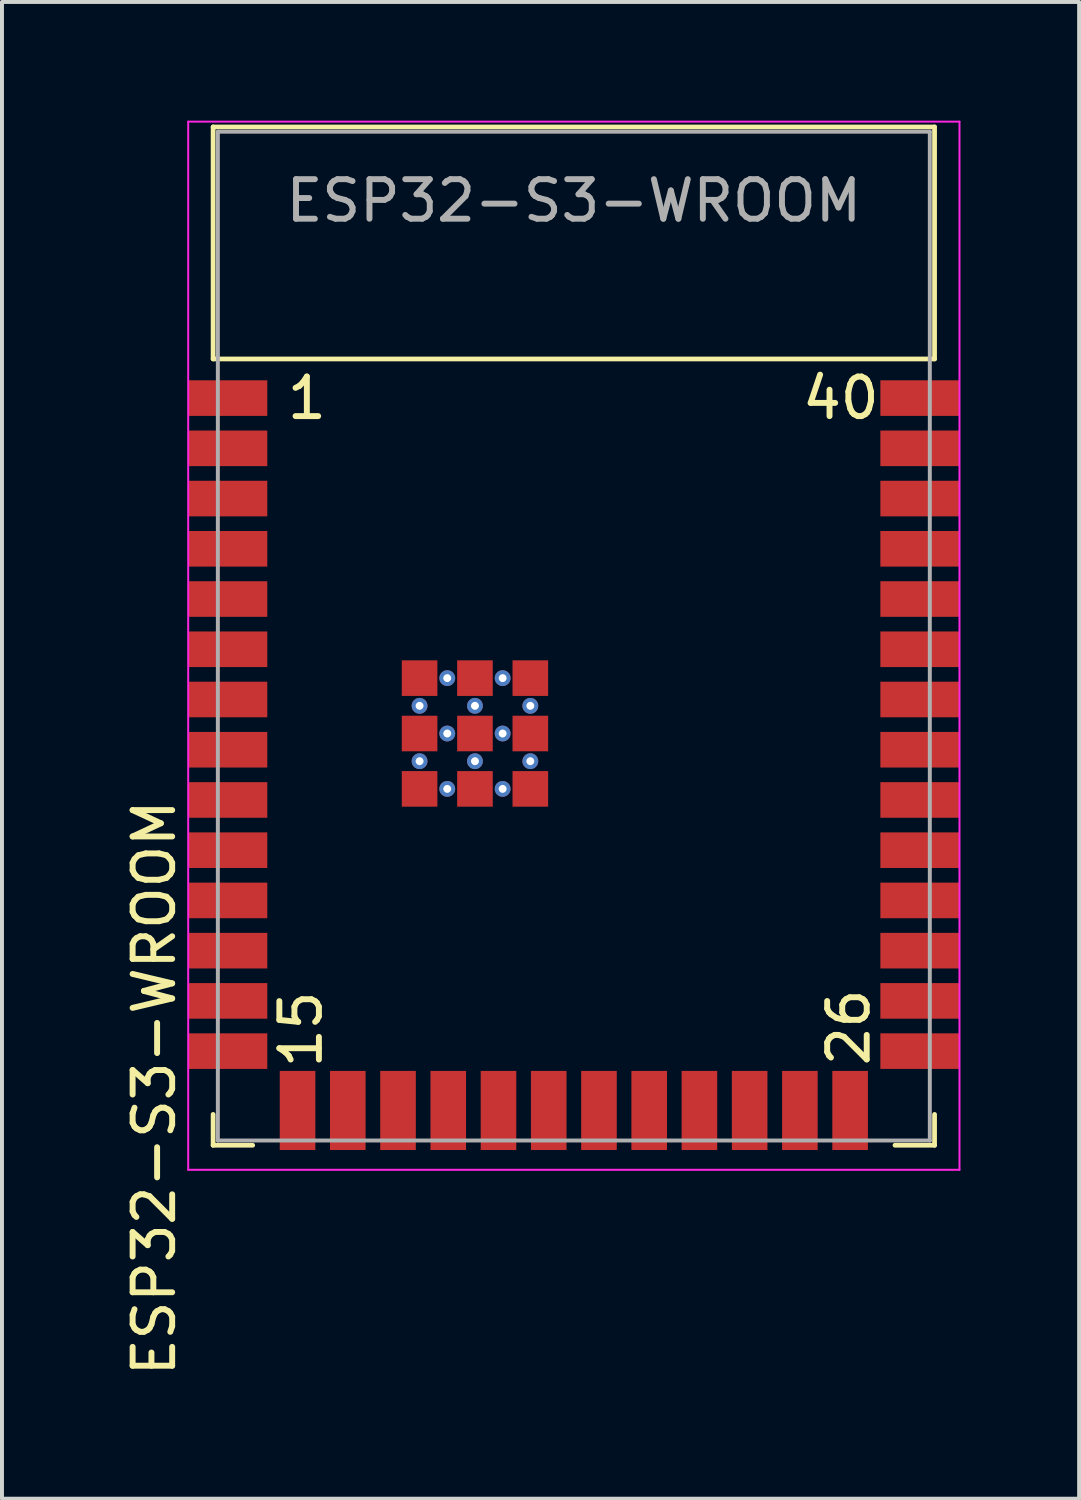
<source format=kicad_pcb>
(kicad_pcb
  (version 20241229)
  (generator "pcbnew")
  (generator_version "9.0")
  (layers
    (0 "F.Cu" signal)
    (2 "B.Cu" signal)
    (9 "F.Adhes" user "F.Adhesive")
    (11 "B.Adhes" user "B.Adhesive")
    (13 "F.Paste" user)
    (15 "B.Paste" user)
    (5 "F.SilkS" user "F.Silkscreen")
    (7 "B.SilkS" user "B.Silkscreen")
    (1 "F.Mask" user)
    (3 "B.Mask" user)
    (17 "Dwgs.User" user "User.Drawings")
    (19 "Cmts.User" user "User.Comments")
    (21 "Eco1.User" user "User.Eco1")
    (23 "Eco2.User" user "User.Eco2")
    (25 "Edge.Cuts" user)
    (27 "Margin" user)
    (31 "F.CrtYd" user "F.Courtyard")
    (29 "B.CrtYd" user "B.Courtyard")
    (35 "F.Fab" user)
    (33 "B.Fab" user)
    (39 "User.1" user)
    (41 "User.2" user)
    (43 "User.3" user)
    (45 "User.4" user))
  (footprint "ESP32-S3-WROOM"
    (layer "F.Cu")
    (at 11.458 16.025)
    (property "Reference" "ESP32-S3-WROOM" (at -10.61 8.43 90) (layer "F.SilkS") (effects (font (size 1 1) (thickness 0.15))))
    (attr smd)
    (fp_line (start -9.12 -15.865) (end -9.12 -10) (stroke (width 0.12) (type solid)) (layer "F.SilkS"))
    (fp_line (start -9.12 -15.865) (end 9.12 -15.865) (stroke (width 0.12) (type solid)) (layer "F.SilkS"))
    (fp_line (start -9.12 9.1) (end -9.12 9.88) (stroke (width 0.12) (type solid)) (layer "F.SilkS"))
    (fp_line (start -9.12 9.88) (end -8.12 9.88) (stroke (width 0.12) (type solid)) (layer "F.SilkS"))
    (fp_line (start 9.12 -15.865) (end 9.12 -10) (stroke (width 0.12) (type solid)) (layer "F.SilkS"))
    (fp_line (start 9.12 -10) (end -9.12 -10) (stroke (width 0.12) (type solid)) (layer "F.SilkS"))
    (fp_line (start 9.12 9.1) (end 9.12 9.88) (stroke (width 0.12) (type solid)) (layer "F.SilkS"))
    (fp_line (start 9.12 9.88) (end 8.12 9.88) (stroke (width 0.12) (type solid)) (layer "F.SilkS"))
    (fp_line (start -9.75 -16) (end 9.75 -16) (stroke (width 0.05) (type solid)) (layer "F.CrtYd"))
    (fp_line (start -9.75 10.5) (end -9.75 -16) (stroke (width 0.05) (type solid)) (layer "F.CrtYd"))
    (fp_line (start -9.75 10.5) (end 9.75 10.5) (stroke (width 0.05) (type solid)) (layer "F.CrtYd"))
    (fp_line (start 9.75 -16) (end 9.75 10.5) (stroke (width 0.05) (type solid)) (layer "F.CrtYd"))
    (fp_line (start -9 -15.745) (end -9 9.76) (stroke (width 0.1) (type solid)) (layer "F.Fab"))
    (fp_line (start -9 -15.745) (end 9 -15.745) (stroke (width 0.1) (type solid)) (layer "F.Fab"))
    (fp_line (start -9 9.76) (end 9 9.76) (stroke (width 0.1) (type solid)) (layer "F.Fab"))
    (fp_line (start 9 9.76) (end 9 -15.745) (stroke (width 0.1) (type solid)) (layer "F.Fab"))
    (fp_text user "40" (at 6.75 -9.01 0) (layer "F.SilkS") (effects (font (size 1 1) (thickness 0.15))))
    (fp_text user "26" (at 6.95 6.9 90) (layer "F.SilkS") (effects (font (size 1 1) (thickness 0.15))))
    (fp_text user "1" (at -6.75 -9.01 0) (layer "F.SilkS") (effects (font (size 1 1) (thickness 0.15))))
    (fp_text user "15" (at -6.9 6.95 90) (layer "F.SilkS") (effects (font (size 1 1) (thickness 0.15))))
    (fp_text user "${REFERENCE}" (at 0 -14 0) (layer "F.Fab") (effects (font (size 1 1) (thickness 0.15))))
    (pad "" thru_hole circle (at -3.9 -1.23) (size 0.4 0.4) (drill 0.2) (layers "*.Cu" "*.Mask"))
    (pad "" thru_hole circle (at -3.9 0.17) (size 0.4 0.4) (drill 0.2) (layers "*.Cu" "*.Mask"))
    (pad "" thru_hole circle (at -3.2 -1.93) (size 0.4 0.4) (drill 0.2) (layers "*.Cu" "*.Mask"))
    (pad "" thru_hole circle (at -3.2 -0.53) (size 0.4 0.4) (drill 0.2) (layers "*.Cu" "*.Mask"))
    (pad "" thru_hole circle (at -3.2 0.87) (size 0.4 0.4) (drill 0.2) (layers "*.Cu" "*.Mask"))
    (pad "" thru_hole circle (at -2.5 -1.23) (size 0.4 0.4) (drill 0.2) (layers "*.Cu" "*.Mask"))
    (pad "" thru_hole circle (at -2.5 0.17) (size 0.4 0.4) (drill 0.2) (layers "*.Cu" "*.Mask"))
    (pad "" thru_hole circle (at -1.8 -1.93) (size 0.4 0.4) (drill 0.2) (layers "*.Cu" "*.Mask"))
    (pad "" thru_hole circle (at -1.8 -0.53) (size 0.4 0.4) (drill 0.2) (layers "*.Cu" "*.Mask"))
    (pad "" thru_hole circle (at -1.8 0.87) (size 0.4 0.4) (drill 0.2) (layers "*.Cu" "*.Mask"))
    (pad "" thru_hole circle (at -1.1 -1.23) (size 0.4 0.4) (drill 0.2) (layers "*.Cu" "*.Mask"))
    (pad "" thru_hole circle (at -1.1 0.17) (size 0.4 0.4) (drill 0.2) (layers "*.Cu" "*.Mask"))
    (pad "1" smd rect (at -8.75 -9.01) (size 2 0.9) (layers "F.Cu" "F.Mask" "F.Paste"))
    (pad "2" smd rect (at -8.75 -7.74) (size 2 0.9) (layers "F.Cu" "F.Mask" "F.Paste"))
    (pad "3" smd rect (at -8.75 -6.47) (size 2 0.9) (layers "F.Cu" "F.Mask" "F.Paste"))
    (pad "4" smd rect (at -8.75 -5.2) (size 2 0.9) (layers "F.Cu" "F.Mask" "F.Paste"))
    (pad "5" smd rect (at -8.75 -3.93) (size 2 0.9) (layers "F.Cu" "F.Mask" "F.Paste"))
    (pad "6" smd rect (at -8.75 -2.66) (size 2 0.9) (layers "F.Cu" "F.Mask" "F.Paste"))
    (pad "7" smd rect (at -8.75 -1.39) (size 2 0.9) (layers "F.Cu" "F.Mask" "F.Paste"))
    (pad "8" smd rect (at -8.75 -0.12) (size 2 0.9) (layers "F.Cu" "F.Mask" "F.Paste"))
    (pad "9" smd rect (at -8.75 1.15) (size 2 0.9) (layers "F.Cu" "F.Mask" "F.Paste"))
    (pad "10" smd rect (at -8.75 2.42) (size 2 0.9) (layers "F.Cu" "F.Mask" "F.Paste"))
    (pad "11" smd rect (at -8.75 3.69) (size 2 0.9) (layers "F.Cu" "F.Mask" "F.Paste"))
    (pad "12" smd rect (at -8.75 4.96) (size 2 0.9) (layers "F.Cu" "F.Mask" "F.Paste"))
    (pad "13" smd rect (at -8.75 6.23) (size 2 0.9) (layers "F.Cu" "F.Mask" "F.Paste"))
    (pad "14" smd rect (at -8.75 7.5) (size 2 0.9) (layers "F.Cu" "F.Mask" "F.Paste"))
    (pad "15" smd rect (at -6.985 9 90) (size 2 0.9) (layers "F.Cu" "F.Mask" "F.Paste"))
    (pad "16" smd rect (at -5.715 9 90) (size 2 0.9) (layers "F.Cu" "F.Mask" "F.Paste"))
    (pad "17" smd rect (at -4.445 9 90) (size 2 0.9) (layers "F.Cu" "F.Mask" "F.Paste"))
    (pad "18" smd rect (at -3.175 9 90) (size 2 0.9) (layers "F.Cu" "F.Mask" "F.Paste"))
    (pad "19" smd rect (at -1.905 9 90) (size 2 0.9) (layers "F.Cu" "F.Mask" "F.Paste"))
    (pad "20" smd rect (at -0.635 9 90) (size 2 0.9) (layers "F.Cu" "F.Mask" "F.Paste"))
    (pad "21" smd rect (at 0.635 9 90) (size 2 0.9) (layers "F.Cu" "F.Mask" "F.Paste"))
    (pad "22" smd rect (at 1.905 9 90) (size 2 0.9) (layers "F.Cu" "F.Mask" "F.Paste"))
    (pad "23" smd rect (at 3.175 9 90) (size 2 0.9) (layers "F.Cu" "F.Mask" "F.Paste"))
    (pad "24" smd rect (at 4.445 9 90) (size 2 0.9) (layers "F.Cu" "F.Mask" "F.Paste"))
    (pad "25" smd rect (at 5.715 9 90) (size 2 0.9) (layers "F.Cu" "F.Mask" "F.Paste"))
    (pad "26" smd rect (at 6.985 9 90) (size 2 0.9) (layers "F.Cu" "F.Mask" "F.Paste"))
    (pad "27" smd rect (at 8.75 7.5) (size 2 0.9) (layers "F.Cu" "F.Mask" "F.Paste"))
    (pad "28" smd rect (at 8.75 6.23) (size 2 0.9) (layers "F.Cu" "F.Mask" "F.Paste"))
    (pad "29" smd rect (at 8.75 4.96) (size 2 0.9) (layers "F.Cu" "F.Mask" "F.Paste"))
    (pad "30" smd rect (at 8.75 3.69) (size 2 0.9) (layers "F.Cu" "F.Mask" "F.Paste"))
    (pad "31" smd rect (at 8.75 2.42) (size 2 0.9) (layers "F.Cu" "F.Mask" "F.Paste"))
    (pad "32" smd rect (at 8.75 1.15) (size 2 0.9) (layers "F.Cu" "F.Mask" "F.Paste"))
    (pad "33" smd rect (at 8.75 -0.12) (size 2 0.9) (layers "F.Cu" "F.Mask" "F.Paste"))
    (pad "34" smd rect (at 8.75 -1.39) (size 2 0.9) (layers "F.Cu" "F.Mask" "F.Paste"))
    (pad "35" smd rect (at 8.75 -2.66) (size 2 0.9) (layers "F.Cu" "F.Mask" "F.Paste"))
    (pad "36" smd rect (at 8.75 -3.93) (size 2 0.9) (layers "F.Cu" "F.Mask" "F.Paste"))
    (pad "37" smd rect (at 8.75 -5.2) (size 2 0.9) (layers "F.Cu" "F.Mask" "F.Paste"))
    (pad "38" smd rect (at 8.75 -6.47) (size 2 0.9) (layers "F.Cu" "F.Mask" "F.Paste"))
    (pad "39" smd rect (at 8.75 -7.74) (size 2 0.9) (layers "F.Cu" "F.Mask" "F.Paste"))
    (pad "40" smd rect (at 8.75 -9.01) (size 2 0.9) (layers "F.Cu" "F.Mask" "F.Paste"))
    (pad "41" smd rect (at -3.9 -1.93) (size 0.9 0.9) (layers "F.Cu" "F.Mask" "F.Paste"))
    (pad "41" smd rect (at -3.9 -0.53) (size 0.9 0.9) (layers "F.Cu" "F.Mask" "F.Paste"))
    (pad "41" smd rect (at -3.9 0.87) (size 0.9 0.9) (layers "F.Cu" "F.Mask" "F.Paste"))
    (pad "41" smd rect (at -2.5 -1.93) (size 0.9 0.9) (layers "F.Cu" "F.Mask" "F.Paste"))
    (pad "41" smd rect (at -2.5 -0.53) (size 0.9 0.9) (layers "F.Cu" "F.Mask" "F.Paste"))
    (pad "41" smd rect (at -2.5 0.87) (size 0.9 0.9) (layers "F.Cu" "F.Mask" "F.Paste"))
    (pad "41" smd rect (at -1.1 -1.93) (size 0.9 0.9) (layers "F.Cu" "F.Mask" "F.Paste"))
    (pad "41" smd rect (at -1.1 -0.53) (size 0.9 0.9) (layers "F.Cu" "F.Mask" "F.Paste"))
    (pad "41" smd rect (at -1.1 0.87) (size 0.9 0.9) (layers "F.Cu" "F.Mask" "F.Paste")))
  (gr_rect
    (start -3 -3)
    (end 24.233 34.842)
    (stroke (width 0.1) (type default))
    (fill no)
    (layer "Edge.Cuts")))
</source>
